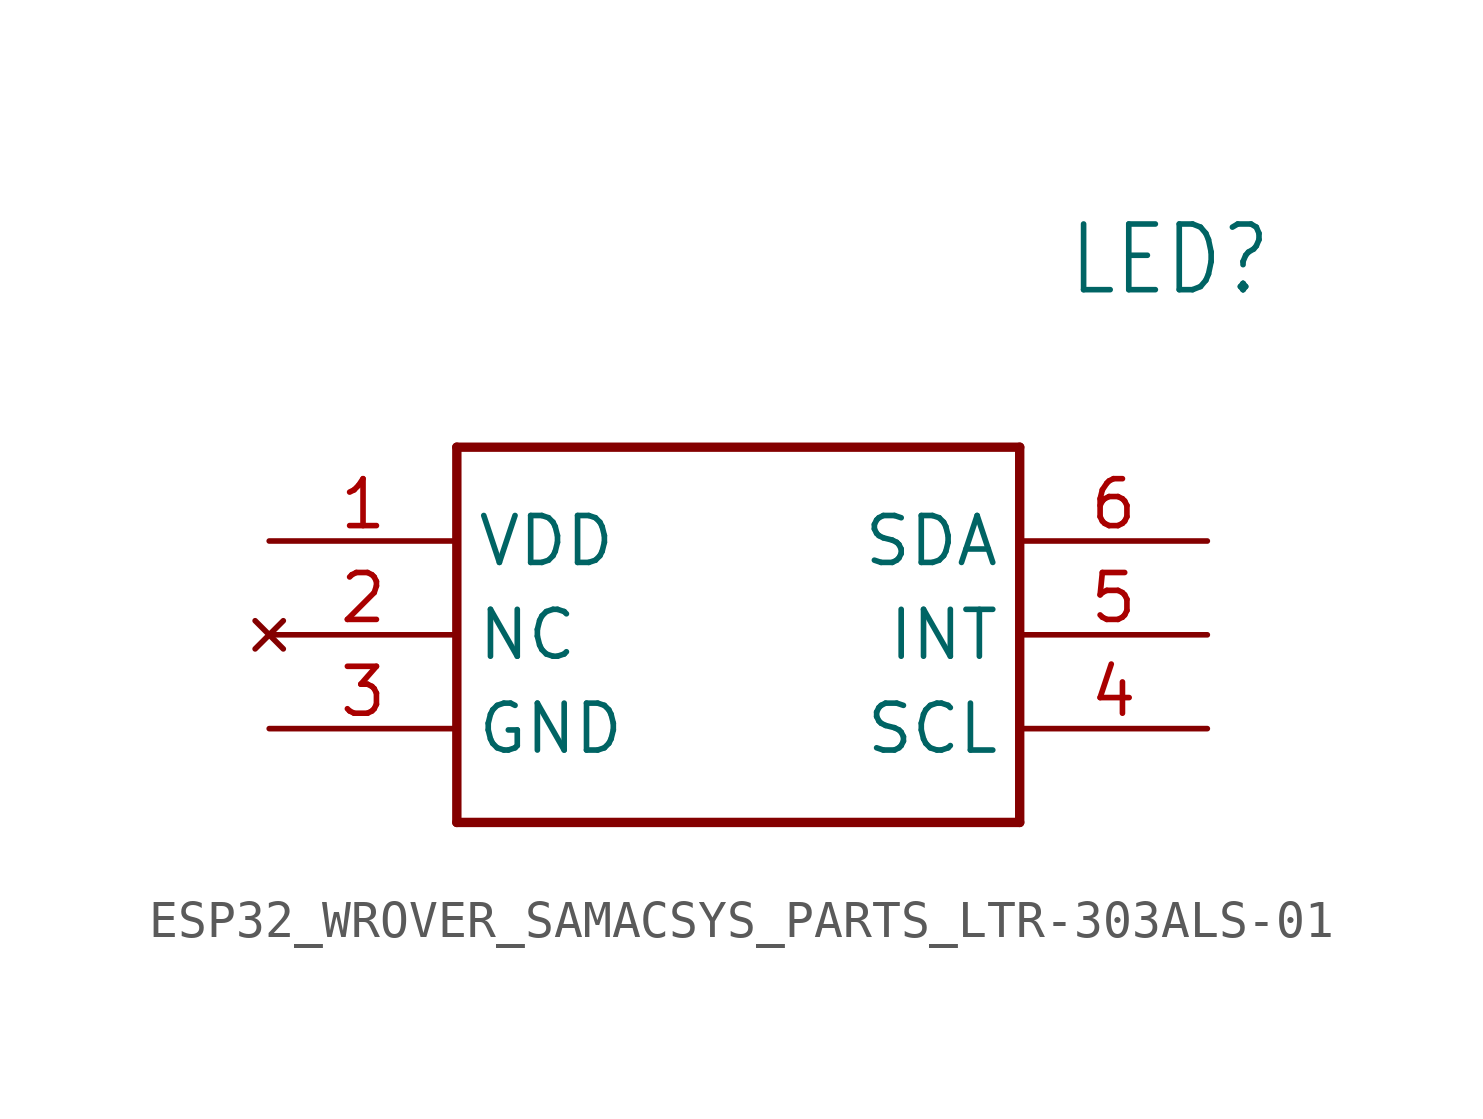
<source format=kicad_sym>
(kicad_symbol_lib
  (version 20220914)
  (generator kicad_symbol_editor)
  (symbol "ESP32_WROVER_SAMACSYS_PARTS_LTR-303ALS-01"
    (property "Reference" "LED"
      (at 21.59 7.62 0)
      (effects (font (size 1.778 1.511)) (justify left)))
    (property "Value" ""
      (at 21.59 5.08 0)
      (effects (font (size 1.778 1.511)) (justify left)))
    (property "ki_locked" ""
      (at 0 0 0)
      (effects (font (size 1.27 1.27))))
    (symbol "ESP32_WROVER_SAMACSYS_PARTS_LTR-303ALS-01_1_0"
      (polyline (pts (xy 5.08 2.54) (xy 5.08 -7.62)) (stroke (width 0.254) (type solid)) (fill (type none)))
      (polyline (pts (xy 5.08 2.54) (xy 20.32 2.54)) (stroke (width 0.254) (type solid)) (fill (type none)))
      (polyline (pts (xy 20.32 -7.62) (xy 5.08 -7.62)) (stroke (width 0.254) (type solid)) (fill (type none)))
      (polyline (pts (xy 20.32 -7.62) (xy 20.32 2.54)) (stroke (width 0.254) (type solid)) (fill (type none)))
      (pin bidirectional line (at 0 0 0) (length 5.08) (name "VDD" (effects (font (size 1.27 1.27)))) (number "1" (effects (font (size 1.27 1.27)))))
      (pin no_connect line (at 0 -2.54 0) (length 5.08) (name "NC" (effects (font (size 1.27 1.27)))) (number "2" (effects (font (size 1.27 1.27)))))
      (pin bidirectional line (at 0 -5.08 0) (length 5.08) (name "GND" (effects (font (size 1.27 1.27)))) (number "3" (effects (font (size 1.27 1.27)))))
      (pin bidirectional line (at 25.4 -5.08 180) (length 5.08) (name "SCL" (effects (font (size 1.27 1.27)))) (number "4" (effects (font (size 1.27 1.27)))))
      (pin bidirectional line (at 25.4 -2.54 180) (length 5.08) (name "INT" (effects (font (size 1.27 1.27)))) (number "5" (effects (font (size 1.27 1.27)))))
      (pin bidirectional line (at 25.4 0 180) (length 5.08) (name "SDA" (effects (font (size 1.27 1.27)))) (number "6" (effects (font (size 1.27 1.27))))))))
</source>
